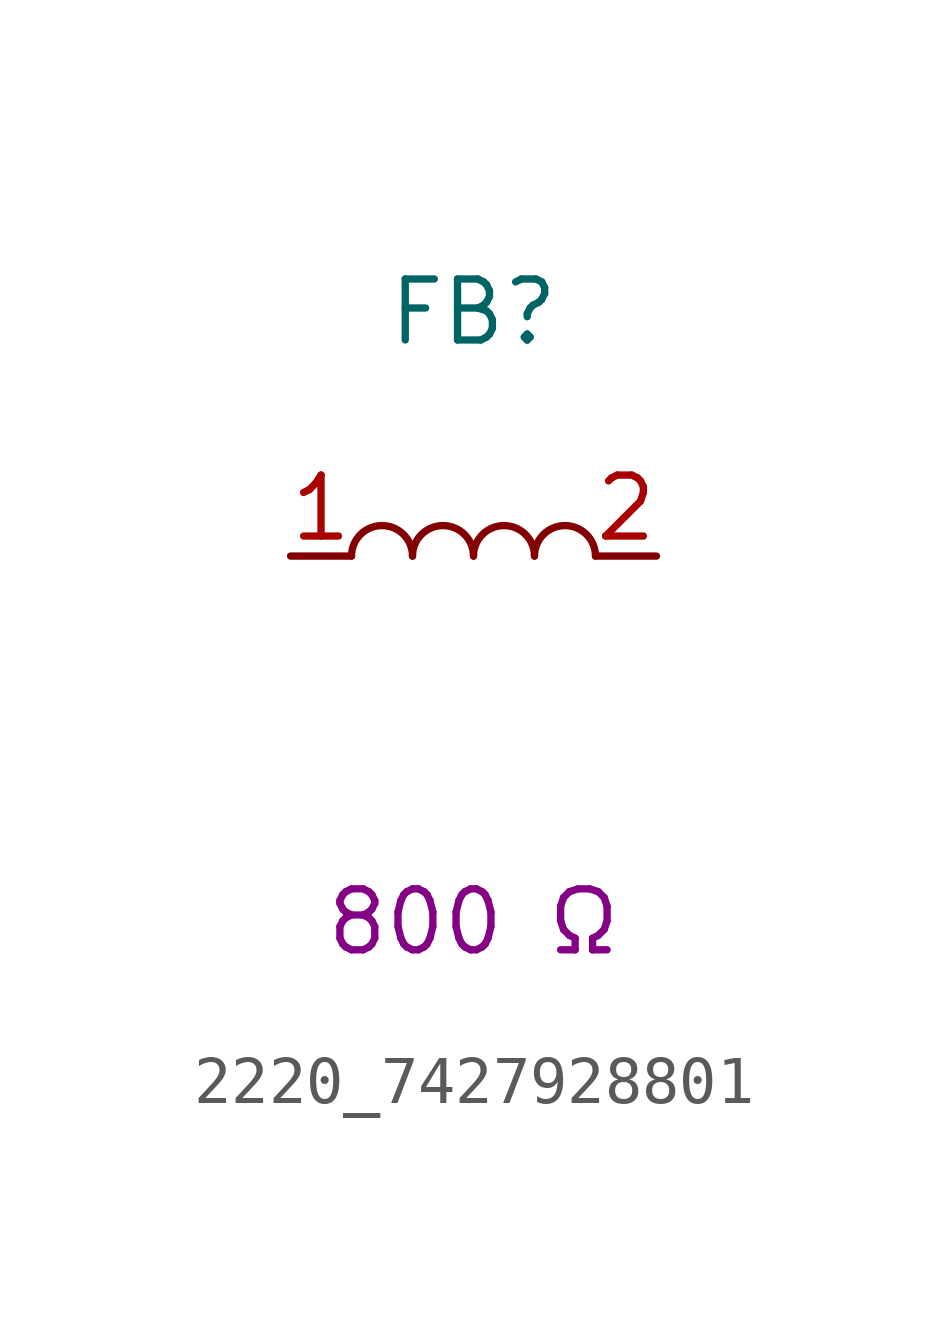
<source format=kicad_sym>
(kicad_symbol_lib
  (version 20220914)
  (generator kicad_symbol_editor)
  (symbol "2220_7427928801"
    (pin_names hide)
    (property "Reference" "FB"
      (at 0 5.08 0)
      (effects (font (size 1.27 1.27))))
    (property "Critical Parameter" "800 Ω"
      (at 0 -7.62 0)
      (effects (font (size 1.27 1.27))))
    (symbol "2220_7427928801_0_1"
      (arc (start -1.27 0) (mid -1.905 0.6323) (end -2.54 0) (stroke (width 0) (type default)) (fill (type none)))
      (arc (start 0 0) (mid -0.635 0.6323) (end -1.27 0) (stroke (width 0) (type default)) (fill (type none)))
      (arc (start 1.27 0) (mid 0.635 0.6323) (end 0 0) (stroke (width 0) (type default)) (fill (type none)))
      (arc (start 2.54 0) (mid 1.905 0.6323) (end 1.27 0) (stroke (width 0) (type default)) (fill (type none))))
    (symbol "2220_7427928801_1_1"
      (pin passive line (at -3.81 0 0) (length 1.27) (name "1" (effects (font (size 1.27 1.27)))) (number "1" (effects (font (size 1.27 1.27)))))
      (pin passive line (at 3.81 0 180) (length 1.27) (name "2" (effects (font (size 1.27 1.27)))) (number "2" (effects (font (size 1.27 1.27))))))))
</source>
